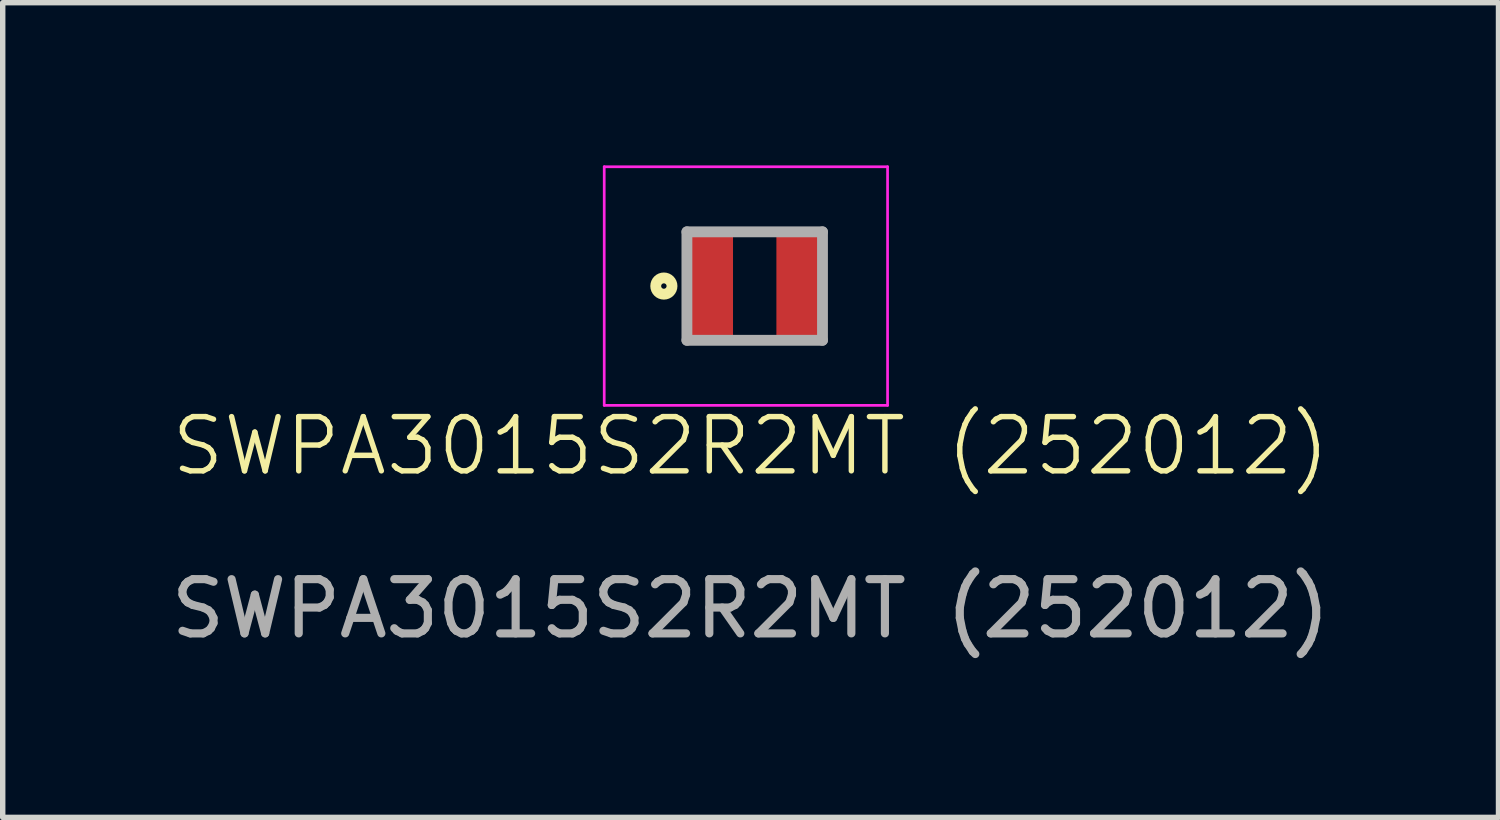
<source format=kicad_pcb>
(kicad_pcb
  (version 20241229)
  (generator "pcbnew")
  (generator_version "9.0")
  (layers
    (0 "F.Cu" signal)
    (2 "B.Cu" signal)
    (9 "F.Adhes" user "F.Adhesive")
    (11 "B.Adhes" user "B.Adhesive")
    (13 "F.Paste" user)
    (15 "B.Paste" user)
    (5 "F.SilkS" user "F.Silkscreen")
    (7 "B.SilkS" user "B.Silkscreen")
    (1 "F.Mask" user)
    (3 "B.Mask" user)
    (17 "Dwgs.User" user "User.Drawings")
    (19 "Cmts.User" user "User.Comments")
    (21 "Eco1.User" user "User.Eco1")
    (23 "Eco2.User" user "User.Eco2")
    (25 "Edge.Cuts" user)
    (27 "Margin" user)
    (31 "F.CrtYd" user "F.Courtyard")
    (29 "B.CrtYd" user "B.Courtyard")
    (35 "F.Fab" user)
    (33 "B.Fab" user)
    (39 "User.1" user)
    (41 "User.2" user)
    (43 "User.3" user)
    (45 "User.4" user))
  (footprint "SWPA3015S2R2MT (252012)"
    (layer "F.Cu")
    (at 10.792 3.125)
    (property "Reference" "SWPA3015S2R2MT (252012)" (at 0 2.05 0) (unlocked yes) (layer "F.SilkS") (effects (font (size 1 1) (thickness 0.1))))
    (attr smd)
    (fp_circle (center -1.6 -0.9) (end -1.6 -0.85) (stroke (width 0.2) (type solid)) (fill no) (layer "F.SilkS"))
    (fp_line (start -2.7 -3.1) (end 2.525 -3.1) (stroke (width 0.05) (type solid)) (layer "F.CrtYd"))
    (fp_line (start -2.7 1.3) (end -2.7 -3.1) (stroke (width 0.05) (type solid)) (layer "F.CrtYd"))
    (fp_line (start 2.525 -3.1) (end 2.525 1.3) (stroke (width 0.05) (type solid)) (layer "F.CrtYd"))
    (fp_line (start 2.525 1.3) (end -2.7 1.3) (stroke (width 0.05) (type solid)) (layer "F.CrtYd"))
    (fp_line (start -1.175 -1.9) (end 1.325 -1.9) (stroke (width 0.2) (type solid)) (layer "F.Fab"))
    (fp_line (start -1.175 0.1) (end -1.175 -1.9) (stroke (width 0.2) (type solid)) (layer "F.Fab"))
    (fp_line (start 1.325 -1.9) (end 1.325 0.1) (stroke (width 0.2) (type solid)) (layer "F.Fab"))
    (fp_line (start 1.325 0.1) (end -1.175 0.1) (stroke (width 0.2) (type solid)) (layer "F.Fab"))
    (fp_text user "${REFERENCE}" (at 0 5.05 0) (unlocked yes) (layer "F.Fab") (effects (font (size 1 1) (thickness 0.15))))
    (pad "1" smd rect (at -0.75 -0.9) (size 0.85 2) (layers "F.Cu" "F.Mask" "F.Paste"))
    (pad "2" smd rect (at 0.9 -0.9) (size 0.85 2) (layers "F.Cu" "F.Mask" "F.Paste")))
  (gr_rect
    (start -3 -3)
    (end 24.583 12.023)
    (stroke (width 0.1) (type default))
    (fill no)
    (layer "Edge.Cuts")))
</source>
